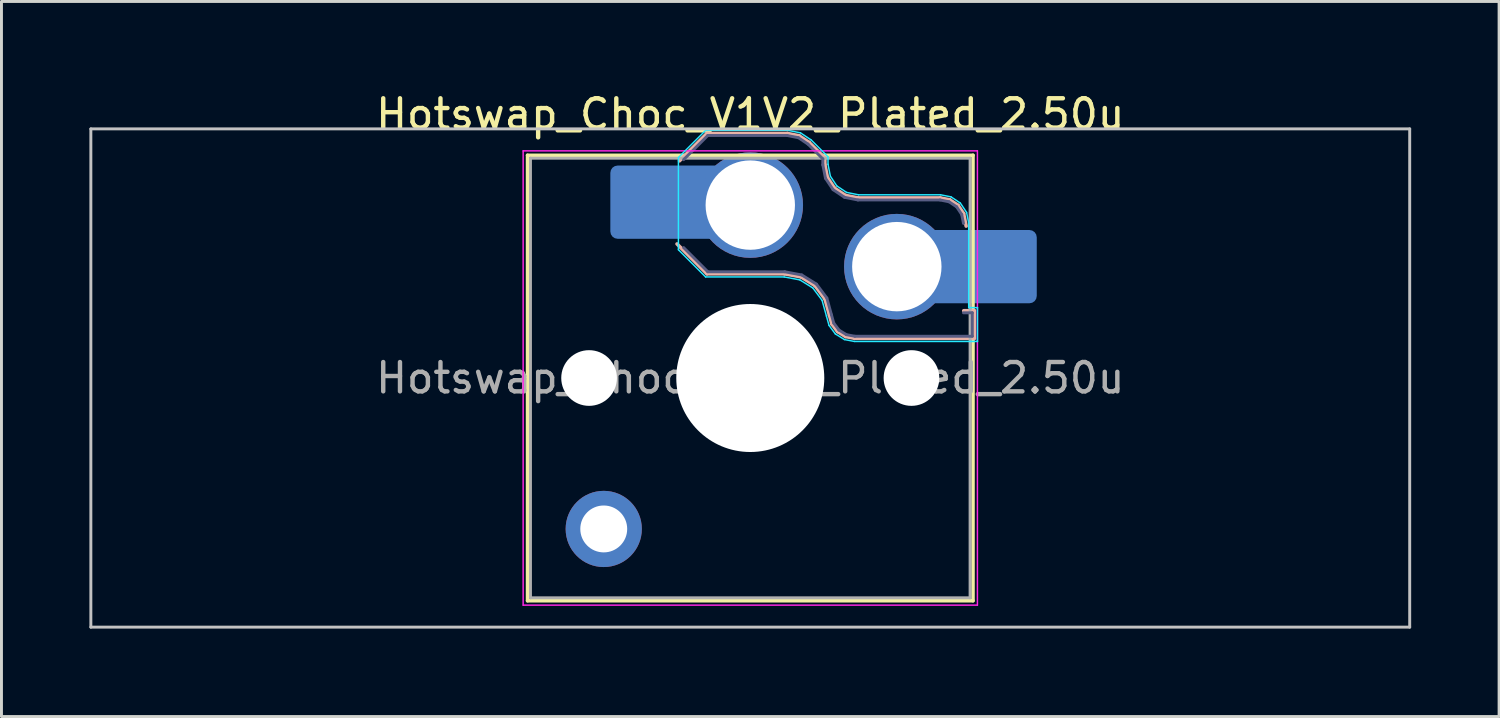
<source format=kicad_pcb>
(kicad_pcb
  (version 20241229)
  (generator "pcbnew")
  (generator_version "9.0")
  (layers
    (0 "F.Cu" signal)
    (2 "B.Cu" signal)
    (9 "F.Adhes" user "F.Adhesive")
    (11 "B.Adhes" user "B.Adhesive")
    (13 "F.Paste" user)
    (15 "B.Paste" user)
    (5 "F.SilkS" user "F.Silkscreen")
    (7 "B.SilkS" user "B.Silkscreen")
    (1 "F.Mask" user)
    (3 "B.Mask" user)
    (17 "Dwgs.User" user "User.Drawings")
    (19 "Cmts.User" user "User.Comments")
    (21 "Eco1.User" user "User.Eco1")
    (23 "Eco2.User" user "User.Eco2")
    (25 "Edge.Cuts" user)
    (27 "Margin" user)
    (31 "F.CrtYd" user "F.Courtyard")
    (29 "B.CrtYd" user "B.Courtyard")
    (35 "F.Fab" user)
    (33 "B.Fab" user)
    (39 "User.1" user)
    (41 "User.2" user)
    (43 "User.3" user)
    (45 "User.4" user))
  (footprint "Hotswap_Choc_V1V2_Plated_2.50u"
    (layer "F.Cu")
    (at 22.55 9.848)
    (property "Reference" "Hotswap_Choc_V1V2_Plated_2.50u" (at 0 -9 0) (layer "F.SilkS") (effects (font (size 1 1) (thickness 0.15))))
    (attr smd allow_soldermask_bridges)
    (fp_line (start -7.6 -7.6) (end -7.6 7.6) (stroke (width 0.12) (type solid)) (layer "F.SilkS"))
    (fp_line (start -7.6 7.6) (end 7.6 7.6) (stroke (width 0.12) (type solid)) (layer "F.SilkS"))
    (fp_line (start 7.6 -7.6) (end -7.6 -7.6) (stroke (width 0.12) (type solid)) (layer "F.SilkS"))
    (fp_line (start 7.6 7.6) (end 7.6 -7.6) (stroke (width 0.12) (type solid)) (layer "F.SilkS"))
    (fp_line (start -2.416 -7.409) (end -1.479 -8.346) (stroke (width 0.12) (type solid)) (layer "B.SilkS"))
    (fp_line (start -1.479 -8.346) (end 1.268 -8.346) (stroke (width 0.12) (type solid)) (layer "B.SilkS"))
    (fp_line (start -1.479 -3.554) (end -2.5 -4.575) (stroke (width 0.12) (type solid)) (layer "B.SilkS"))
    (fp_line (start 1.168 -3.554) (end -1.479 -3.554) (stroke (width 0.12) (type solid)) (layer "B.SilkS"))
    (fp_line (start 1.268 -8.346) (end 1.671 -8.266) (stroke (width 0.12) (type solid)) (layer "B.SilkS"))
    (fp_line (start 1.671 -8.266) (end 2.013 -8.037) (stroke (width 0.12) (type solid)) (layer "B.SilkS"))
    (fp_line (start 1.73 -3.449) (end 1.168 -3.554) (stroke (width 0.12) (type solid)) (layer "B.SilkS"))
    (fp_line (start 2.013 -8.037) (end 2.546 -7.504) (stroke (width 0.12) (type solid)) (layer "B.SilkS"))
    (fp_line (start 2.209 -3.15) (end 1.73 -3.449) (stroke (width 0.12) (type solid)) (layer "B.SilkS"))
    (fp_line (start 2.546 -7.504) (end 2.546 -7.282) (stroke (width 0.12) (type solid)) (layer "B.SilkS"))
    (fp_line (start 2.546 -7.282) (end 2.633 -6.844) (stroke (width 0.12) (type solid)) (layer "B.SilkS"))
    (fp_line (start 2.547 -2.697) (end 2.209 -3.15) (stroke (width 0.12) (type solid)) (layer "B.SilkS"))
    (fp_line (start 2.633 -6.844) (end 2.877 -6.477) (stroke (width 0.12) (type solid)) (layer "B.SilkS"))
    (fp_line (start 2.701 -2.139) (end 2.547 -2.697) (stroke (width 0.12) (type solid)) (layer "B.SilkS"))
    (fp_line (start 2.783 -1.841) (end 2.701 -2.139) (stroke (width 0.12) (type solid)) (layer "B.SilkS"))
    (fp_line (start 2.877 -6.477) (end 3.244 -6.233) (stroke (width 0.12) (type solid)) (layer "B.SilkS"))
    (fp_line (start 2.976 -1.583) (end 2.783 -1.841) (stroke (width 0.12) (type solid)) (layer "B.SilkS"))
    (fp_line (start 3.244 -6.233) (end 3.682 -6.146) (stroke (width 0.12) (type solid)) (layer "B.SilkS"))
    (fp_line (start 3.25 -1.413) (end 2.976 -1.583) (stroke (width 0.12) (type solid)) (layer "B.SilkS"))
    (fp_line (start 3.56 -1.354) (end 3.25 -1.413) (stroke (width 0.12) (type solid)) (layer "B.SilkS"))
    (fp_line (start 3.682 -6.146) (end 6.482 -6.146) (stroke (width 0.12) (type solid)) (layer "B.SilkS"))
    (fp_line (start 6.482 -6.146) (end 6.809 -6.081) (stroke (width 0.12) (type solid)) (layer "B.SilkS"))
    (fp_line (start 6.809 -6.081) (end 7.092 -5.892) (stroke (width 0.12) (type solid)) (layer "B.SilkS"))
    (fp_line (start 7.092 -5.892) (end 7.281 -5.609) (stroke (width 0.12) (type solid)) (layer "B.SilkS"))
    (fp_line (start 7.281 -5.609) (end 7.366 -5.182) (stroke (width 0.12) (type solid)) (layer "B.SilkS"))
    (fp_line (start 7.283 -2.296) (end 7.646 -2.296) (stroke (width 0.12) (type solid)) (layer "B.SilkS"))
    (fp_line (start 7.646 -2.296) (end 7.646 -1.354) (stroke (width 0.12) (type solid)) (layer "B.SilkS"))
    (fp_line (start 7.646 -1.354) (end 3.56 -1.354) (stroke (width 0.12) (type solid)) (layer "B.SilkS"))
    (fp_line (start -22.5 -8.5) (end -22.5 8.5) (stroke (width 0.1) (type solid)) (layer "Dwgs.User"))
    (fp_line (start -22.5 8.5) (end 22.5 8.5) (stroke (width 0.1) (type solid)) (layer "Dwgs.User"))
    (fp_line (start 22.5 -8.5) (end -22.5 -8.5) (stroke (width 0.1) (type solid)) (layer "Dwgs.User"))
    (fp_line (start 22.5 8.5) (end 22.5 -8.5) (stroke (width 0.1) (type solid)) (layer "Dwgs.User"))
    (fp_line (start -7.25 -7.25) (end -7.25 7.25) (stroke (width 0.1) (type solid)) (layer "Eco1.User"))
    (fp_line (start -7.25 7.25) (end 7.25 7.25) (stroke (width 0.1) (type solid)) (layer "Eco1.User"))
    (fp_line (start 7.25 -7.25) (end -7.25 -7.25) (stroke (width 0.1) (type solid)) (layer "Eco1.User"))
    (fp_line (start 7.25 7.25) (end 7.25 -7.25) (stroke (width 0.1) (type solid)) (layer "Eco1.User"))
    (fp_line (start -2.452 -7.523) (end -1.523 -8.452) (stroke (width 0.05) (type solid)) (layer "B.CrtYd"))
    (fp_line (start -2.452 -4.377) (end -2.452 -7.523) (stroke (width 0.05) (type solid)) (layer "B.CrtYd"))
    (fp_line (start -1.523 -8.452) (end 1.278 -8.452) (stroke (width 0.05) (type solid)) (layer "B.CrtYd"))
    (fp_line (start -1.523 -3.448) (end -2.452 -4.377) (stroke (width 0.05) (type solid)) (layer "B.CrtYd"))
    (fp_line (start 1.159 -3.448) (end -1.523 -3.448) (stroke (width 0.05) (type solid)) (layer "B.CrtYd"))
    (fp_line (start 1.278 -8.452) (end 1.712 -8.366) (stroke (width 0.05) (type solid)) (layer "B.CrtYd"))
    (fp_line (start 1.691 -3.348) (end 1.159 -3.448) (stroke (width 0.05) (type solid)) (layer "B.CrtYd"))
    (fp_line (start 1.712 -8.366) (end 2.081 -8.119) (stroke (width 0.05) (type solid)) (layer "B.CrtYd"))
    (fp_line (start 2.081 -8.119) (end 2.652 -7.548) (stroke (width 0.05) (type solid)) (layer "B.CrtYd"))
    (fp_line (start 2.136 -3.071) (end 1.691 -3.348) (stroke (width 0.05) (type solid)) (layer "B.CrtYd"))
    (fp_line (start 2.45 -2.65) (end 2.136 -3.071) (stroke (width 0.05) (type solid)) (layer "B.CrtYd"))
    (fp_line (start 2.599 -2.111) (end 2.45 -2.65) (stroke (width 0.05) (type solid)) (layer "B.CrtYd"))
    (fp_line (start 2.652 -7.548) (end 2.652 -7.292) (stroke (width 0.05) (type solid)) (layer "B.CrtYd"))
    (fp_line (start 2.652 -7.292) (end 2.733 -6.885) (stroke (width 0.05) (type solid)) (layer "B.CrtYd"))
    (fp_line (start 2.687 -1.794) (end 2.599 -2.111) (stroke (width 0.05) (type solid)) (layer "B.CrtYd"))
    (fp_line (start 2.733 -6.885) (end 2.953 -6.553) (stroke (width 0.05) (type solid)) (layer "B.CrtYd"))
    (fp_line (start 2.903 -1.503) (end 2.687 -1.794) (stroke (width 0.05) (type solid)) (layer "B.CrtYd"))
    (fp_line (start 2.953 -6.553) (end 3.285 -6.333) (stroke (width 0.05) (type solid)) (layer "B.CrtYd"))
    (fp_line (start 3.211 -1.312) (end 2.903 -1.503) (stroke (width 0.05) (type solid)) (layer "B.CrtYd"))
    (fp_line (start 3.285 -6.333) (end 3.692 -6.252) (stroke (width 0.05) (type solid)) (layer "B.CrtYd"))
    (fp_line (start 3.55 -1.248) (end 3.211 -1.312) (stroke (width 0.05) (type solid)) (layer "B.CrtYd"))
    (fp_line (start 3.692 -6.252) (end 6.492 -6.252) (stroke (width 0.05) (type solid)) (layer "B.CrtYd"))
    (fp_line (start 6.492 -6.252) (end 6.85 -6.181) (stroke (width 0.05) (type solid)) (layer "B.CrtYd"))
    (fp_line (start 6.85 -6.181) (end 7.168 -5.968) (stroke (width 0.05) (type solid)) (layer "B.CrtYd"))
    (fp_line (start 7.168 -5.968) (end 7.381 -5.65) (stroke (width 0.05) (type solid)) (layer "B.CrtYd"))
    (fp_line (start 7.381 -5.65) (end 7.452 -5.292) (stroke (width 0.05) (type solid)) (layer "B.CrtYd"))
    (fp_line (start 7.452 -5.292) (end 7.452 -2.402) (stroke (width 0.05) (type solid)) (layer "B.CrtYd"))
    (fp_line (start 7.452 -2.402) (end 7.752 -2.402) (stroke (width 0.05) (type solid)) (layer "B.CrtYd"))
    (fp_line (start 7.752 -2.402) (end 7.752 -1.248) (stroke (width 0.05) (type solid)) (layer "B.CrtYd"))
    (fp_line (start 7.752 -1.248) (end 3.55 -1.248) (stroke (width 0.05) (type solid)) (layer "B.CrtYd"))
    (fp_line (start -7.75 -7.75) (end -7.75 7.75) (stroke (width 0.05) (type solid)) (layer "F.CrtYd"))
    (fp_line (start -7.75 7.75) (end 7.75 7.75) (stroke (width 0.05) (type solid)) (layer "F.CrtYd"))
    (fp_line (start 7.75 -7.75) (end -7.75 -7.75) (stroke (width 0.05) (type solid)) (layer "F.CrtYd"))
    (fp_line (start 7.75 7.75) (end 7.75 -7.75) (stroke (width 0.05) (type solid)) (layer "F.CrtYd"))
    (fp_line (start -2.275 -7.45) (end -1.45 -8.275) (stroke (width 0.1) (type solid)) (layer "B.Fab"))
    (fp_line (start -1.45 -8.275) (end 1.261 -8.275) (stroke (width 0.1) (type solid)) (layer "B.Fab"))
    (fp_line (start -1.45 -3.625) (end -2.275 -4.45) (stroke (width 0.1) (type solid)) (layer "B.Fab"))
    (fp_line (start 1.175 -3.625) (end -1.45 -3.625) (stroke (width 0.1) (type solid)) (layer "B.Fab"))
    (fp_line (start 1.261 -8.275) (end 1.643 -8.199) (stroke (width 0.1) (type solid)) (layer "B.Fab"))
    (fp_line (start 1.643 -8.199) (end 1.968 -7.982) (stroke (width 0.1) (type solid)) (layer "B.Fab"))
    (fp_line (start 1.756 -3.516) (end 1.175 -3.625) (stroke (width 0.1) (type solid)) (layer "B.Fab"))
    (fp_line (start 1.968 -7.982) (end 2.475 -7.475) (stroke (width 0.1) (type solid)) (layer "B.Fab"))
    (fp_line (start 2.258 -3.203) (end 1.756 -3.516) (stroke (width 0.1) (type solid)) (layer "B.Fab"))
    (fp_line (start 2.475 -7.475) (end 2.475 -7.275) (stroke (width 0.1) (type solid)) (layer "B.Fab"))
    (fp_line (start 2.475 -7.275) (end 2.566 -6.816) (stroke (width 0.1) (type solid)) (layer "B.Fab"))
    (fp_line (start 2.566 -6.816) (end 2.826 -6.426) (stroke (width 0.1) (type solid)) (layer "B.Fab"))
    (fp_line (start 2.612 -2.729) (end 2.258 -3.203) (stroke (width 0.1) (type solid)) (layer "B.Fab"))
    (fp_line (start 2.769 -2.158) (end 2.612 -2.729) (stroke (width 0.1) (type solid)) (layer "B.Fab"))
    (fp_line (start 2.826 -6.426) (end 3.216 -6.166) (stroke (width 0.1) (type solid)) (layer "B.Fab"))
    (fp_line (start 2.848 -1.873) (end 2.769 -2.158) (stroke (width 0.1) (type solid)) (layer "B.Fab"))
    (fp_line (start 3.025 -1.636) (end 2.848 -1.873) (stroke (width 0.1) (type solid)) (layer "B.Fab"))
    (fp_line (start 3.216 -6.166) (end 3.675 -6.075) (stroke (width 0.1) (type solid)) (layer "B.Fab"))
    (fp_line (start 3.276 -1.48) (end 3.025 -1.636) (stroke (width 0.1) (type solid)) (layer "B.Fab"))
    (fp_line (start 3.567 -1.425) (end 3.276 -1.48) (stroke (width 0.1) (type solid)) (layer "B.Fab"))
    (fp_line (start 3.675 -6.075) (end 6.475 -6.075) (stroke (width 0.1) (type solid)) (layer "B.Fab"))
    (fp_line (start 6.475 -6.075) (end 6.781 -6.014) (stroke (width 0.1) (type solid)) (layer "B.Fab"))
    (fp_line (start 6.781 -6.014) (end 7.041 -5.841) (stroke (width 0.1) (type solid)) (layer "B.Fab"))
    (fp_line (start 7.041 -5.841) (end 7.214 -5.581) (stroke (width 0.1) (type solid)) (layer "B.Fab"))
    (fp_line (start 7.214 -5.581) (end 7.275 -5.275) (stroke (width 0.1) (type solid)) (layer "B.Fab"))
    (fp_line (start 7.275 -2.225) (end 7.575 -2.225) (stroke (width 0.1) (type solid)) (layer "B.Fab"))
    (fp_line (start 7.575 -2.225) (end 7.575 -1.425) (stroke (width 0.1) (type solid)) (layer "B.Fab"))
    (fp_line (start 7.575 -1.425) (end 3.567 -1.425) (stroke (width 0.1) (type solid)) (layer "B.Fab"))
    (fp_line (start -7.5 -7.5) (end -7.5 7.5) (stroke (width 0.1) (type solid)) (layer "F.Fab"))
    (fp_line (start -7.5 7.5) (end 7.5 7.5) (stroke (width 0.1) (type solid)) (layer "F.Fab"))
    (fp_line (start 7.5 -7.5) (end -7.5 -7.5) (stroke (width 0.1) (type solid)) (layer "F.Fab"))
    (fp_line (start 7.5 7.5) (end 7.5 -7.5) (stroke (width 0.1) (type solid)) (layer "F.Fab"))
    (fp_text user "${REFERENCE}" (at 0 0 0) (layer "F.Fab") (effects (font (size 1 1) (thickness 0.15))))
    (pad "" np_thru_hole circle (at -5.5 0) (size 1.9 1.9) (drill 1.9) (layers "*.Cu" "*.Mask"))
    (pad "" thru_hole circle (at -5 5.15) (size 2.6 2.6) (drill 1.6) (layers "*.Cu" "*.Mask"))
    (pad "" smd roundrect (at -3.5 -6) (size 2.55 2.5) (layers "B.Mask" "B.Paste") (roundrect_rratio 0.1))
    (pad "" np_thru_hole circle (at 0 0) (size 5.05 5.05) (drill 5.05) (layers "*.Cu" "*.Mask"))
    (pad "" np_thru_hole circle (at 5.5 0) (size 1.9 1.9) (drill 1.9) (layers "*.Cu" "*.Mask"))
    (pad "" smd roundrect (at 8.5 -3.8) (size 2.55 2.5) (layers "B.Mask" "B.Paste") (roundrect_rratio 0.1))
    (pad "1" smd roundrect (at -2.85 -6) (size 3.85 2.5) (layers "B.Cu") (roundrect_rratio 0.1))
    (pad "1" thru_hole circle (at 0 -5.9) (size 3.6 3.6) (drill 3.05) (layers "*.Cu" "*.Mask"))
    (pad "2" thru_hole circle (at 5 -3.8) (size 3.6 3.6) (drill 3.05) (layers "*.Cu" "*.Mask"))
    (pad "2" smd roundrect (at 7.85 -3.8) (size 3.85 2.5) (layers "B.Cu") (roundrect_rratio 0.1)))
  (gr_rect
    (start -3 -3)
    (end 48.1 21.398)
    (stroke (width 0.1) (type default))
    (fill no)
    (layer "Edge.Cuts")))
</source>
